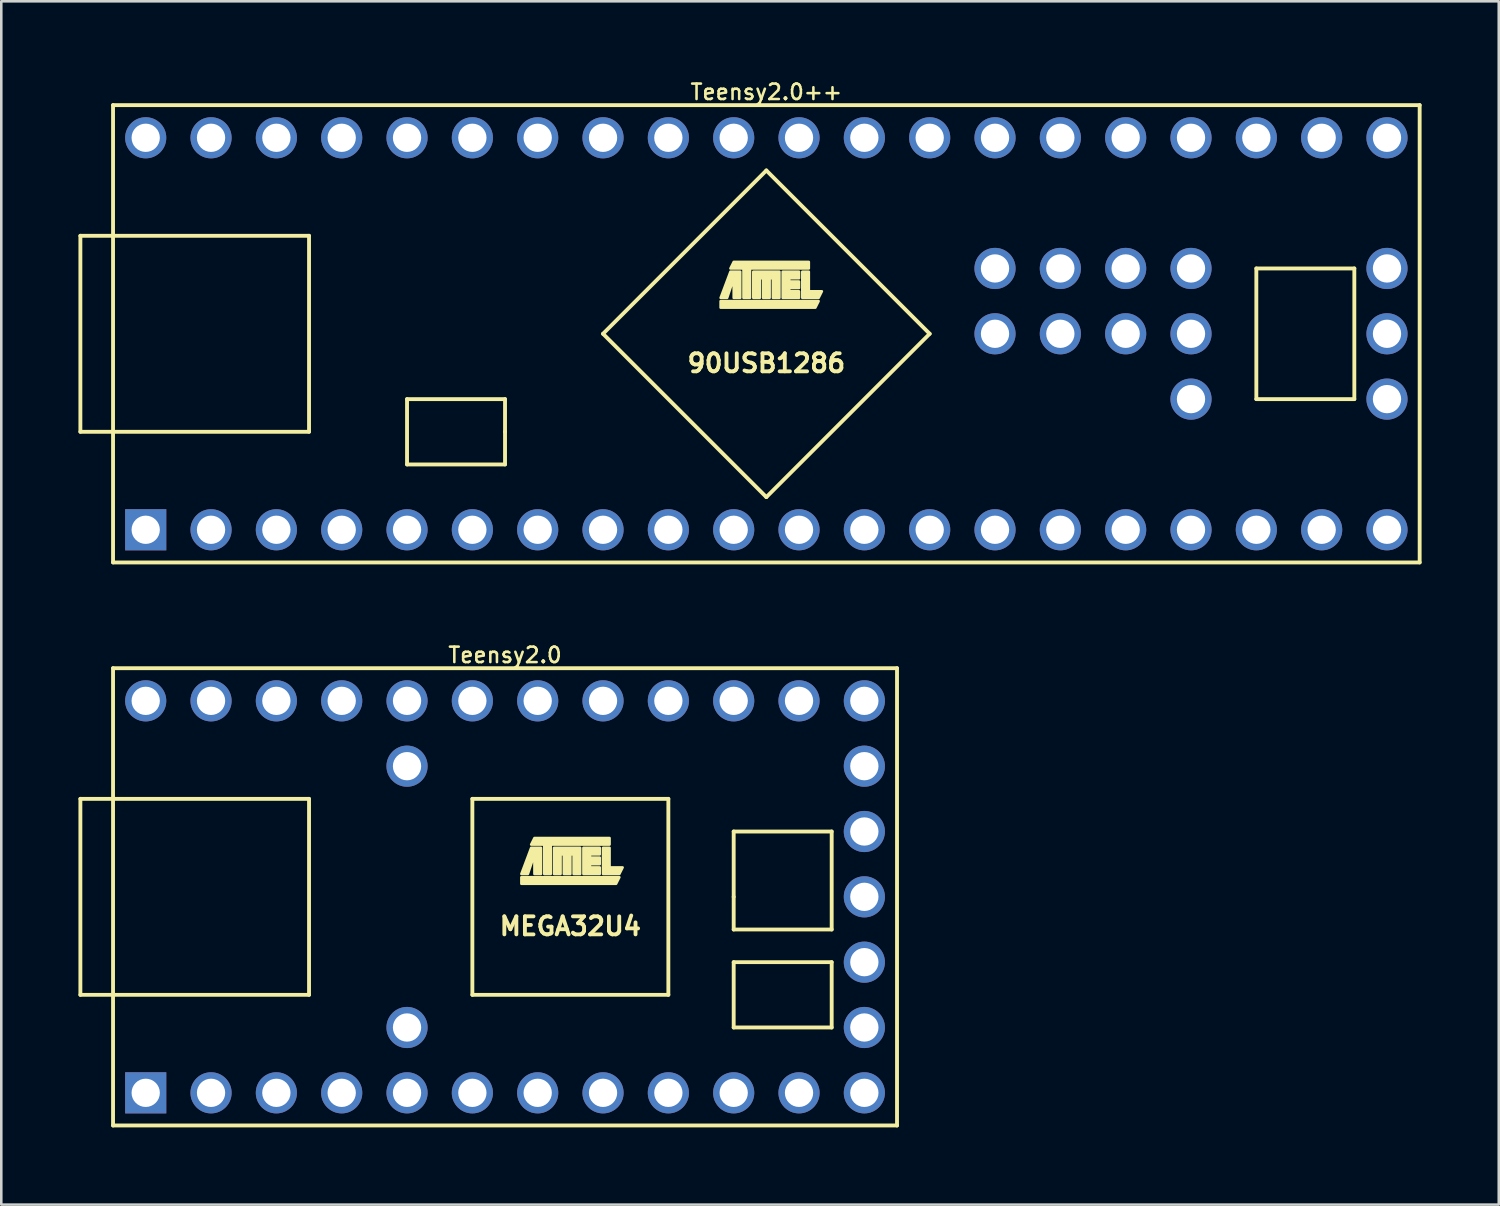
<source format=kicad_pcb>
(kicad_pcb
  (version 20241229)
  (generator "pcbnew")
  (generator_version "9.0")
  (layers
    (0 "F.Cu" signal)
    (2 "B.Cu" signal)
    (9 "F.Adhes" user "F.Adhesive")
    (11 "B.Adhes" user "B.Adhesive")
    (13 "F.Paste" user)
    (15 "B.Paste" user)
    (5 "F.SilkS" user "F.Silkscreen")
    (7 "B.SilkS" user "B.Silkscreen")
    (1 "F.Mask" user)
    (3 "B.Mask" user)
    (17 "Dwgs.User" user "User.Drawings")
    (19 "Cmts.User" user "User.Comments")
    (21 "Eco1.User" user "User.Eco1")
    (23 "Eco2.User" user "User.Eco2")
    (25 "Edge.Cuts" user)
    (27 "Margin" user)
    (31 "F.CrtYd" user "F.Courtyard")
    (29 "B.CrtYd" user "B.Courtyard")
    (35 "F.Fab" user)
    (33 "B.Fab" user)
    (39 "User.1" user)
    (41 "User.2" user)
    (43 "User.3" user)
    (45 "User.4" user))
  (footprint "Teensy2.0++"
    (layer "F.Cu")
    (at 26.745 9.927)
    (property "Reference" "Teensy2.0++" (at 0 -9.4 0) (layer "F.SilkS") (effects (font (size 0.6 0.6) (thickness 0.1))))
    (attr through_hole)
    (fp_line (start -26.67 -3.81) (end -26.67 3.81) (stroke (width 0.15) (type solid)) (layer "F.SilkS"))
    (fp_line (start -25.4 -8.89) (end 25.4 -8.89) (stroke (width 0.15) (type solid)) (layer "F.SilkS"))
    (fp_line (start -25.4 8.89) (end -25.4 -8.89) (stroke (width 0.15) (type solid)) (layer "F.SilkS"))
    (fp_line (start -17.78 -3.81) (end -26.67 -3.81) (stroke (width 0.15) (type solid)) (layer "F.SilkS"))
    (fp_line (start -17.78 3.81) (end -26.67 3.81) (stroke (width 0.15) (type solid)) (layer "F.SilkS"))
    (fp_line (start -17.78 3.81) (end -17.78 -3.81) (stroke (width 0.15) (type solid)) (layer "F.SilkS"))
    (fp_line (start -13.97 2.54) (end -13.97 5.08) (stroke (width 0.15) (type solid)) (layer "F.SilkS"))
    (fp_line (start -13.97 5.08) (end -10.16 5.08) (stroke (width 0.15) (type solid)) (layer "F.SilkS"))
    (fp_line (start -10.16 2.54) (end -13.97 2.54) (stroke (width 0.15) (type solid)) (layer "F.SilkS"))
    (fp_line (start -10.16 3.81) (end -10.16 2.54) (stroke (width 0.15) (type solid)) (layer "F.SilkS"))
    (fp_line (start -10.16 5.08) (end -10.16 3.81) (stroke (width 0.15) (type solid)) (layer "F.SilkS"))
    (fp_line (start -6.35 0) (end 0 -6.35) (stroke (width 0.15) (type solid)) (layer "F.SilkS"))
    (fp_line (start 0 -6.35) (end 6.35 0) (stroke (width 0.15) (type solid)) (layer "F.SilkS"))
    (fp_line (start 0 6.35) (end -6.35 0) (stroke (width 0.15) (type solid)) (layer "F.SilkS"))
    (fp_line (start 6.35 0) (end 0 6.35) (stroke (width 0.15) (type solid)) (layer "F.SilkS"))
    (fp_line (start 19.05 -2.54) (end 22.86 -2.54) (stroke (width 0.15) (type solid)) (layer "F.SilkS"))
    (fp_line (start 19.05 2.54) (end 19.05 -2.54) (stroke (width 0.15) (type solid)) (layer "F.SilkS"))
    (fp_line (start 22.86 -2.54) (end 22.86 2.54) (stroke (width 0.15) (type solid)) (layer "F.SilkS"))
    (fp_line (start 22.86 2.54) (end 19.05 2.54) (stroke (width 0.15) (type solid)) (layer "F.SilkS"))
    (fp_line (start 25.4 -8.89) (end 25.4 8.89) (stroke (width 0.15) (type solid)) (layer "F.SilkS"))
    (fp_line (start 25.4 8.89) (end -25.4 8.89) (stroke (width 0.15) (type solid)) (layer "F.SilkS"))
    (fp_poly (pts (xy -1.778 -1.27) (xy 2.032 -1.27) (xy 1.905 -1.016) (xy -1.778 -1.016)) (stroke (width 0.1) (type solid)) (fill yes) (layer "F.SilkS"))
    (fp_poly (pts (xy 1.397 -2.413) (xy 1.397 -1.397) (xy 2.032 -1.397) (xy 2.159 -1.651) (xy 1.651 -1.651) (xy 1.651 -2.413)) (stroke (width 0.1) (type solid)) (fill yes) (layer "F.SilkS"))
    (fp_poly (pts (xy -1.016 -1.397) (xy -1.016 -2.413) (xy -1.397 -2.413) (xy -1.778 -1.397) (xy -1.524 -1.397) (xy -1.27 -2.159) (xy -1.27 -1.397)) (stroke (width 0.1) (type solid)) (fill yes) (layer "F.SilkS"))
    (fp_poly (pts (xy 1.651 -2.54) (xy -0.635 -2.54) (xy -0.635 -1.397) (xy -0.889 -1.397) (xy -0.889 -2.54) (xy -1.397 -2.54) (xy -1.27 -2.794) (xy 1.651 -2.794)) (stroke (width 0.1) (type solid)) (fill yes) (layer "F.SilkS"))
    (fp_poly (pts (xy 0.508 -1.397) (xy 0.508 -2.413) (xy -0.508 -2.413) (xy -0.508 -1.397) (xy -0.254 -1.397) (xy -0.254 -2.159) (xy -0.127 -2.159) (xy -0.127 -1.397) (xy 0.127 -1.397) (xy 0.127 -2.159) (xy 0.254 -2.159) (xy 0.254 -1.397)) (stroke (width 0.1) (type solid)) (fill yes) (layer "F.SilkS"))
    (fp_poly (pts (xy 0.635 -2.413) (xy 1.27 -2.413) (xy 1.27 -2.159) (xy 0.889 -2.159) (xy 0.889 -2.032) (xy 1.27 -2.032) (xy 1.27 -1.778) (xy 0.889 -1.778) (xy 0.889 -1.651) (xy 1.27 -1.651) (xy 1.27 -1.397) (xy 0.635 -1.397)) (stroke (width 0.1) (type solid)) (fill yes) (layer "F.SilkS"))
    (fp_text user "90USB1286" (at 0 1.143 0) (layer "F.SilkS") (effects (font (size 0.7 0.7) (thickness 0.15))))
    (pad "1" thru_hole rect (at -24.13 7.62) (size 1.6 1.6) (drill 1.1) (layers "*.Cu" "*.Mask"))
    (pad "2" thru_hole circle (at -21.59 7.62) (size 1.6 1.6) (drill 1.1) (layers "*.Cu" "*.Mask"))
    (pad "3" thru_hole circle (at -19.05 7.62) (size 1.6 1.6) (drill 1.1) (layers "*.Cu" "*.Mask"))
    (pad "4" thru_hole circle (at -16.51 7.62) (size 1.6 1.6) (drill 1.1) (layers "*.Cu" "*.Mask"))
    (pad "5" thru_hole circle (at -13.97 7.62) (size 1.6 1.6) (drill 1.1) (layers "*.Cu" "*.Mask"))
    (pad "6" thru_hole circle (at -11.43 7.62) (size 1.6 1.6) (drill 1.1) (layers "*.Cu" "*.Mask"))
    (pad "7" thru_hole circle (at -8.89 7.62) (size 1.6 1.6) (drill 1.1) (layers "*.Cu" "*.Mask"))
    (pad "8" thru_hole circle (at -6.35 7.62) (size 1.6 1.6) (drill 1.1) (layers "*.Cu" "*.Mask"))
    (pad "9" thru_hole circle (at -3.81 7.62) (size 1.6 1.6) (drill 1.1) (layers "*.Cu" "*.Mask"))
    (pad "10" thru_hole circle (at -1.27 7.62) (size 1.6 1.6) (drill 1.1) (layers "*.Cu" "*.Mask"))
    (pad "11" thru_hole circle (at 1.27 7.62) (size 1.6 1.6) (drill 1.1) (layers "*.Cu" "*.Mask"))
    (pad "12" thru_hole circle (at 3.81 7.62) (size 1.6 1.6) (drill 1.1) (layers "*.Cu" "*.Mask"))
    (pad "13" thru_hole circle (at 6.35 7.62) (size 1.6 1.6) (drill 1.1) (layers "*.Cu" "*.Mask"))
    (pad "14" thru_hole circle (at 8.89 7.62) (size 1.6 1.6) (drill 1.1) (layers "*.Cu" "*.Mask"))
    (pad "15" thru_hole circle (at 11.43 7.62) (size 1.6 1.6) (drill 1.1) (layers "*.Cu" "*.Mask"))
    (pad "16" thru_hole circle (at 13.97 7.62) (size 1.6 1.6) (drill 1.1) (layers "*.Cu" "*.Mask"))
    (pad "17" thru_hole circle (at 16.51 7.62) (size 1.6 1.6) (drill 1.1) (layers "*.Cu" "*.Mask"))
    (pad "18" thru_hole circle (at 19.05 7.62) (size 1.6 1.6) (drill 1.1) (layers "*.Cu" "*.Mask"))
    (pad "19" thru_hole circle (at 21.59 7.62) (size 1.6 1.6) (drill 1.1) (layers "*.Cu" "*.Mask"))
    (pad "20" thru_hole circle (at 24.13 7.62) (size 1.6 1.6) (drill 1.1) (layers "*.Cu" "*.Mask"))
    (pad "21" thru_hole circle (at 24.13 2.54) (size 1.6 1.6) (drill 1.1) (layers "*.Cu" "*.Mask"))
    (pad "22" thru_hole circle (at 24.13 0) (size 1.6 1.6) (drill 1.1) (layers "*.Cu" "*.Mask"))
    (pad "23" thru_hole circle (at 24.13 -2.54) (size 1.6 1.6) (drill 1.1) (layers "*.Cu" "*.Mask"))
    (pad "24" thru_hole circle (at 24.13 -7.62) (size 1.6 1.6) (drill 1.1) (layers "*.Cu" "*.Mask"))
    (pad "25" thru_hole circle (at 21.59 -7.62) (size 1.6 1.6) (drill 1.1) (layers "*.Cu" "*.Mask"))
    (pad "26" thru_hole circle (at 19.05 -7.62) (size 1.6 1.6) (drill 1.1) (layers "*.Cu" "*.Mask"))
    (pad "27" thru_hole circle (at 16.51 -7.62) (size 1.6 1.6) (drill 1.1) (layers "*.Cu" "*.Mask"))
    (pad "28" thru_hole circle (at 13.97 -7.62) (size 1.6 1.6) (drill 1.1) (layers "*.Cu" "*.Mask"))
    (pad "29" thru_hole circle (at 11.43 -7.62) (size 1.6 1.6) (drill 1.1) (layers "*.Cu" "*.Mask"))
    (pad "30" thru_hole circle (at 8.89 -7.62) (size 1.6 1.6) (drill 1.1) (layers "*.Cu" "*.Mask"))
    (pad "31" thru_hole circle (at 6.35 -7.62) (size 1.6 1.6) (drill 1.1) (layers "*.Cu" "*.Mask"))
    (pad "32" thru_hole circle (at 3.81 -7.62) (size 1.6 1.6) (drill 1.1) (layers "*.Cu" "*.Mask"))
    (pad "33" thru_hole circle (at 1.27 -7.62) (size 1.6 1.6) (drill 1.1) (layers "*.Cu" "*.Mask"))
    (pad "34" thru_hole circle (at -1.27 -7.62) (size 1.6 1.6) (drill 1.1) (layers "*.Cu" "*.Mask"))
    (pad "35" thru_hole circle (at -3.81 -7.62) (size 1.6 1.6) (drill 1.1) (layers "*.Cu" "*.Mask"))
    (pad "36" thru_hole circle (at -6.35 -7.62) (size 1.6 1.6) (drill 1.1) (layers "*.Cu" "*.Mask"))
    (pad "37" thru_hole circle (at -8.89 -7.62) (size 1.6 1.6) (drill 1.1) (layers "*.Cu" "*.Mask"))
    (pad "38" thru_hole circle (at -11.43 -7.62) (size 1.6 1.6) (drill 1.1) (layers "*.Cu" "*.Mask"))
    (pad "39" thru_hole circle (at -13.97 -7.62) (size 1.6 1.6) (drill 1.1) (layers "*.Cu" "*.Mask"))
    (pad "40" thru_hole circle (at -16.51 -7.62) (size 1.6 1.6) (drill 1.1) (layers "*.Cu" "*.Mask"))
    (pad "41" thru_hole circle (at -19.05 -7.62) (size 1.6 1.6) (drill 1.1) (layers "*.Cu" "*.Mask"))
    (pad "42" thru_hole circle (at -21.59 -7.62) (size 1.6 1.6) (drill 1.1) (layers "*.Cu" "*.Mask"))
    (pad "43" thru_hole circle (at -24.13 -7.62) (size 1.6 1.6) (drill 1.1) (layers "*.Cu" "*.Mask"))
    (pad "44" thru_hole circle (at 8.89 -2.54) (size 1.6 1.6) (drill 1.1) (layers "*.Cu" "*.Mask"))
    (pad "45" thru_hole circle (at 11.43 -2.54) (size 1.6 1.6) (drill 1.1) (layers "*.Cu" "*.Mask"))
    (pad "46" thru_hole circle (at 13.97 -2.54) (size 1.6 1.6) (drill 1.1) (layers "*.Cu" "*.Mask"))
    (pad "47" thru_hole circle (at 16.51 -2.54) (size 1.6 1.6) (drill 1.1) (layers "*.Cu" "*.Mask"))
    (pad "48" thru_hole circle (at 8.89 0) (size 1.6 1.6) (drill 1.1) (layers "*.Cu" "*.Mask"))
    (pad "49" thru_hole circle (at 11.43 0) (size 1.6 1.6) (drill 1.1) (layers "*.Cu" "*.Mask"))
    (pad "50" thru_hole circle (at 13.97 0) (size 1.6 1.6) (drill 1.1) (layers "*.Cu" "*.Mask"))
    (pad "51" thru_hole circle (at 16.51 0) (size 1.6 1.6) (drill 1.1) (layers "*.Cu" "*.Mask"))
    (pad "52" thru_hole circle (at 16.51 2.54) (size 1.6 1.6) (drill 1.1) (layers "*.Cu" "*.Mask")))
  (footprint "Teensy2.0"
    (layer "F.Cu")
    (at 16.585 31.818)
    (property "Reference" "Teensy2.0" (at 0 -9.4 0) (layer "F.SilkS") (effects (font (size 0.6 0.6) (thickness 0.1))))
    (attr through_hole)
    (fp_line (start -16.51 -3.81) (end -7.62 -3.81) (stroke (width 0.15) (type solid)) (layer "F.SilkS"))
    (fp_line (start -16.51 3.81) (end -16.51 -3.81) (stroke (width 0.15) (type solid)) (layer "F.SilkS"))
    (fp_line (start -15.24 -8.89) (end 15.24 -8.89) (stroke (width 0.15) (type solid)) (layer "F.SilkS"))
    (fp_line (start -15.24 8.89) (end -15.24 -8.89) (stroke (width 0.15) (type solid)) (layer "F.SilkS"))
    (fp_line (start -7.62 -3.81) (end -7.62 3.81) (stroke (width 0.15) (type solid)) (layer "F.SilkS"))
    (fp_line (start -7.62 3.81) (end -16.51 3.81) (stroke (width 0.15) (type solid)) (layer "F.SilkS"))
    (fp_line (start -1.27 -3.81) (end -1.27 3.81) (stroke (width 0.15) (type solid)) (layer "F.SilkS"))
    (fp_line (start -1.27 3.81) (end 6.35 3.81) (stroke (width 0.15) (type solid)) (layer "F.SilkS"))
    (fp_line (start 6.35 -3.81) (end -1.27 -3.81) (stroke (width 0.15) (type solid)) (layer "F.SilkS"))
    (fp_line (start 6.35 3.81) (end 6.35 -3.81) (stroke (width 0.15) (type solid)) (layer "F.SilkS"))
    (fp_line (start 8.89 -2.54) (end 8.89 0) (stroke (width 0.15) (type solid)) (layer "F.SilkS"))
    (fp_line (start 8.89 0) (end 8.89 1.27) (stroke (width 0.15) (type solid)) (layer "F.SilkS"))
    (fp_line (start 8.89 1.27) (end 12.7 1.27) (stroke (width 0.15) (type solid)) (layer "F.SilkS"))
    (fp_line (start 8.89 2.54) (end 8.89 5.08) (stroke (width 0.15) (type solid)) (layer "F.SilkS"))
    (fp_line (start 8.89 5.08) (end 12.7 5.08) (stroke (width 0.15) (type solid)) (layer "F.SilkS"))
    (fp_line (start 12.7 -2.54) (end 8.89 -2.54) (stroke (width 0.15) (type solid)) (layer "F.SilkS"))
    (fp_line (start 12.7 1.27) (end 12.7 -2.54) (stroke (width 0.15) (type solid)) (layer "F.SilkS"))
    (fp_line (start 12.7 2.54) (end 8.89 2.54) (stroke (width 0.15) (type solid)) (layer "F.SilkS"))
    (fp_line (start 12.7 5.08) (end 12.7 2.54) (stroke (width 0.15) (type solid)) (layer "F.SilkS"))
    (fp_line (start 15.24 -8.89) (end 15.24 8.89) (stroke (width 0.15) (type solid)) (layer "F.SilkS"))
    (fp_line (start 15.24 8.89) (end -15.24 8.89) (stroke (width 0.15) (type solid)) (layer "F.SilkS"))
    (fp_poly (pts (xy 0.635 -0.762) (xy 4.445 -0.762) (xy 4.318 -0.508) (xy 0.635 -0.508)) (stroke (width 0.1) (type solid)) (fill yes) (layer "F.SilkS"))
    (fp_poly (pts (xy 3.81 -1.905) (xy 3.81 -0.889) (xy 4.445 -0.889) (xy 4.572 -1.143) (xy 4.064 -1.143) (xy 4.064 -1.905)) (stroke (width 0.1) (type solid)) (fill yes) (layer "F.SilkS"))
    (fp_poly (pts (xy 1.397 -0.889) (xy 1.397 -1.905) (xy 1.016 -1.905) (xy 0.635 -0.889) (xy 0.889 -0.889) (xy 1.143 -1.651) (xy 1.143 -0.889)) (stroke (width 0.1) (type solid)) (fill yes) (layer "F.SilkS"))
    (fp_poly (pts (xy 4.064 -2.032) (xy 1.778 -2.032) (xy 1.778 -0.889) (xy 1.524 -0.889) (xy 1.524 -2.032) (xy 1.016 -2.032) (xy 1.143 -2.286) (xy 4.064 -2.286)) (stroke (width 0.1) (type solid)) (fill yes) (layer "F.SilkS"))
    (fp_poly (pts (xy 2.921 -0.889) (xy 2.921 -1.905) (xy 1.905 -1.905) (xy 1.905 -0.889) (xy 2.159 -0.889) (xy 2.159 -1.651) (xy 2.286 -1.651) (xy 2.286 -0.889) (xy 2.54 -0.889) (xy 2.54 -1.651) (xy 2.667 -1.651) (xy 2.667 -0.889)) (stroke (width 0.1) (type solid)) (fill yes) (layer "F.SilkS"))
    (fp_poly (pts (xy 3.048 -1.905) (xy 3.683 -1.905) (xy 3.683 -1.651) (xy 3.302 -1.651) (xy 3.302 -1.524) (xy 3.683 -1.524) (xy 3.683 -1.27) (xy 3.302 -1.27) (xy 3.302 -1.143) (xy 3.683 -1.143) (xy 3.683 -0.889) (xy 3.048 -0.889)) (stroke (width 0.1) (type solid)) (fill yes) (layer "F.SilkS"))
    (fp_text user "MEGA32U4" (at 2.54 1.143 0) (layer "F.SilkS") (effects (font (size 0.7 0.7) (thickness 0.15))))
    (pad "1" thru_hole rect (at -13.97 7.62) (size 1.6 1.6) (drill 1.1) (layers "*.Cu" "*.Mask"))
    (pad "2" thru_hole circle (at -11.43 7.62) (size 1.6 1.6) (drill 1.1) (layers "*.Cu" "*.Mask"))
    (pad "3" thru_hole circle (at -8.89 7.62) (size 1.6 1.6) (drill 1.1) (layers "*.Cu" "*.Mask"))
    (pad "4" thru_hole circle (at -6.35 7.62) (size 1.6 1.6) (drill 1.1) (layers "*.Cu" "*.Mask"))
    (pad "5" thru_hole circle (at -3.81 7.62) (size 1.6 1.6) (drill 1.1) (layers "*.Cu" "*.Mask"))
    (pad "6" thru_hole circle (at -1.27 7.62) (size 1.6 1.6) (drill 1.1) (layers "*.Cu" "*.Mask"))
    (pad "7" thru_hole circle (at 1.27 7.62) (size 1.6 1.6) (drill 1.1) (layers "*.Cu" "*.Mask"))
    (pad "8" thru_hole circle (at 3.81 7.62) (size 1.6 1.6) (drill 1.1) (layers "*.Cu" "*.Mask"))
    (pad "9" thru_hole circle (at 6.35 7.62) (size 1.6 1.6) (drill 1.1) (layers "*.Cu" "*.Mask"))
    (pad "10" thru_hole circle (at 8.89 7.62) (size 1.6 1.6) (drill 1.1) (layers "*.Cu" "*.Mask"))
    (pad "11" thru_hole circle (at 11.43 7.62) (size 1.6 1.6) (drill 1.1) (layers "*.Cu" "*.Mask"))
    (pad "12" thru_hole circle (at 13.97 7.62) (size 1.6 1.6) (drill 1.1) (layers "*.Cu" "*.Mask"))
    (pad "13" thru_hole circle (at 13.97 5.08) (size 1.6 1.6) (drill 1.1) (layers "*.Cu" "*.Mask"))
    (pad "14" thru_hole circle (at 13.97 2.54) (size 1.6 1.6) (drill 1.1) (layers "*.Cu" "*.Mask"))
    (pad "15" thru_hole circle (at 13.97 0) (size 1.6 1.6) (drill 1.1) (layers "*.Cu" "*.Mask"))
    (pad "16" thru_hole circle (at 13.97 -2.54) (size 1.6 1.6) (drill 1.1) (layers "*.Cu" "*.Mask"))
    (pad "17" thru_hole circle (at 13.97 -5.08) (size 1.6 1.6) (drill 1.1) (layers "*.Cu" "*.Mask"))
    (pad "18" thru_hole circle (at 13.97 -7.62) (size 1.6 1.6) (drill 1.1) (layers "*.Cu" "*.Mask"))
    (pad "19" thru_hole circle (at 11.43 -7.62) (size 1.6 1.6) (drill 1.1) (layers "*.Cu" "*.Mask"))
    (pad "20" thru_hole circle (at 8.89 -7.62) (size 1.6 1.6) (drill 1.1) (layers "*.Cu" "*.Mask"))
    (pad "21" thru_hole circle (at 6.35 -7.62) (size 1.6 1.6) (drill 1.1) (layers "*.Cu" "*.Mask"))
    (pad "22" thru_hole circle (at 3.81 -7.62) (size 1.6 1.6) (drill 1.1) (layers "*.Cu" "*.Mask"))
    (pad "23" thru_hole circle (at 1.27 -7.62) (size 1.6 1.6) (drill 1.1) (layers "*.Cu" "*.Mask"))
    (pad "24" thru_hole circle (at -1.27 -7.62) (size 1.6 1.6) (drill 1.1) (layers "*.Cu" "*.Mask"))
    (pad "25" thru_hole circle (at -3.81 -7.62) (size 1.6 1.6) (drill 1.1) (layers "*.Cu" "*.Mask"))
    (pad "26" thru_hole circle (at -6.35 -7.62) (size 1.6 1.6) (drill 1.1) (layers "*.Cu" "*.Mask"))
    (pad "27" thru_hole circle (at -8.89 -7.62) (size 1.6 1.6) (drill 1.1) (layers "*.Cu" "*.Mask"))
    (pad "28" thru_hole circle (at -11.43 -7.62) (size 1.6 1.6) (drill 1.1) (layers "*.Cu" "*.Mask"))
    (pad "29" thru_hole circle (at -13.97 -7.62) (size 1.6 1.6) (drill 1.1) (layers "*.Cu" "*.Mask"))
    (pad "30" thru_hole circle (at -3.81 5.08) (size 1.6 1.6) (drill 1.1) (layers "*.Cu" "*.Mask"))
    (pad "31" thru_hole circle (at -3.81 -5.08) (size 1.6 1.6) (drill 1.1) (layers "*.Cu" "*.Mask")))
  (gr_rect
    (start -3 -3)
    (end 55.22 43.783)
    (stroke (width 0.1) (type default))
    (fill no)
    (layer "Edge.Cuts")))
</source>
